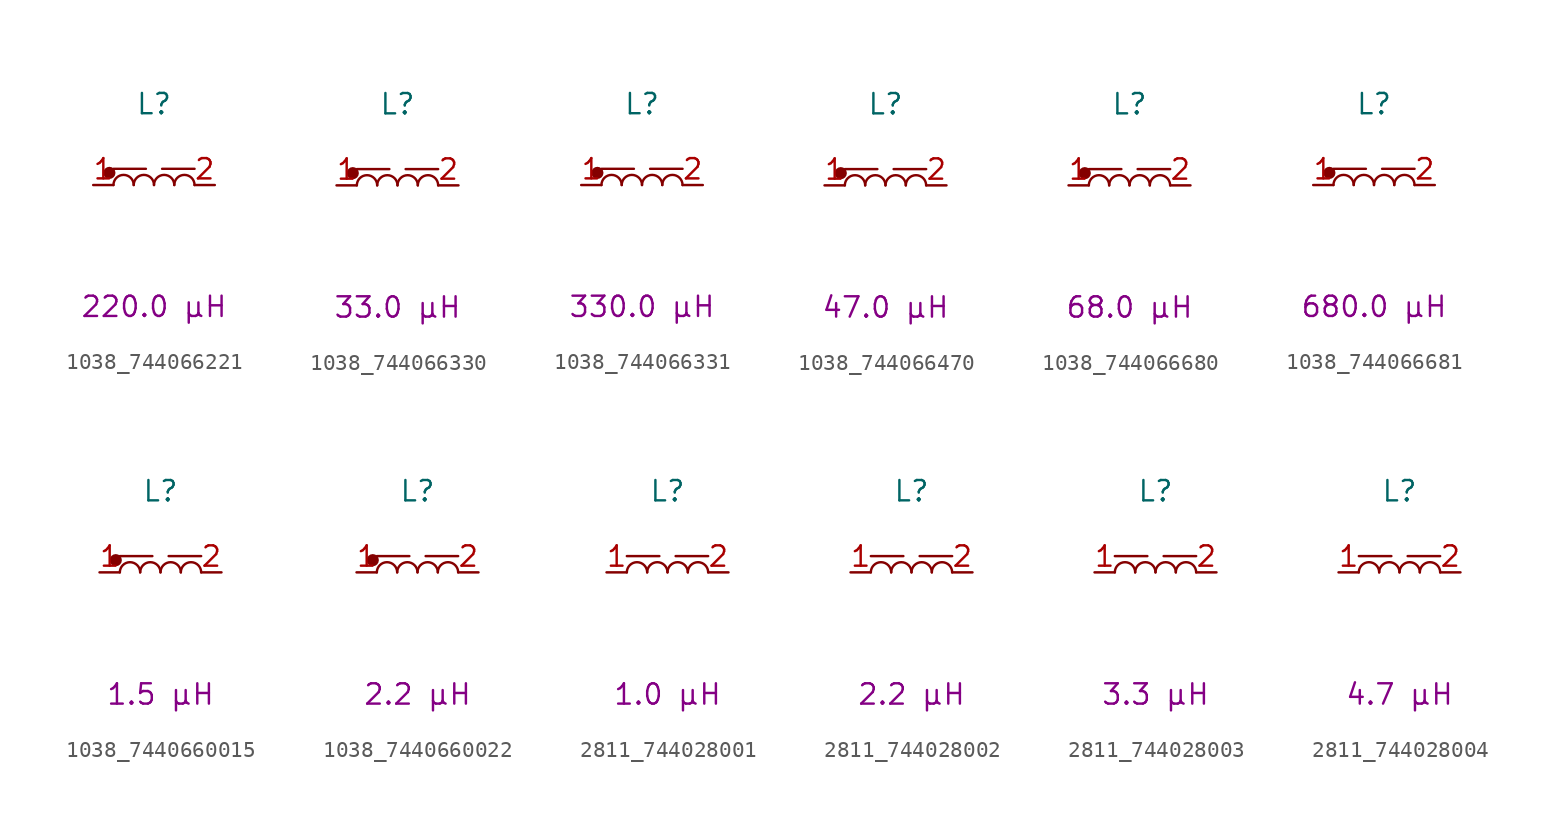
<source format=kicad_sym>
(kicad_symbol_lib
  (version 20220914)
  (generator kicad_symbol_editor)
  (symbol "1038_744066221"
    (pin_names hide)
    (property "Reference" "L"
      (at 0 5.08 0)
      (effects (font (size 1.27 1.27))))
    (property "Critical Parameter" "220.0 µH"
      (at 0 -7.62 0)
      (effects (font (size 1.27 1.27))))
    (symbol "1038_744066221_0_1"
      (arc (start -1.27 0) (mid -1.905 0.6323) (end -2.54 0) (stroke (width 0) (type default)) (fill (type none)))
      (arc (start 0 0) (mid -0.635 0.6323) (end -1.27 0) (stroke (width 0) (type default)) (fill (type none)))
      (polyline (pts (xy -2.54 1.016) (xy -0.508 1.016)) (stroke (width 0) (type default)) (fill (type none)))
      (arc (start 1.27 0) (mid 0.635 0.6323) (end 0 0) (stroke (width 0) (type default)) (fill (type none)))
      (arc (start 2.54 0) (mid 1.905 0.6323) (end 1.27 0) (stroke (width 0) (type default)) (fill (type none))))
    (symbol "1038_744066221_1_1"
      (circle (center -2.794 0.762) (radius 0.0001) (stroke (width 0.381) (type default)) (fill (type none)))
      (polyline (pts (xy 2.54 1.016) (xy 0.508 1.016)) (stroke (width 0) (type default)) (fill (type none)))
      (pin passive line (at -3.81 0 0) (length 1.27) (name "1" (effects (font (size 1.27 1.27)))) (number "1" (effects (font (size 1.27 1.27)))))
      (pin passive line (at 3.81 0 180) (length 1.27) (name "2" (effects (font (size 1.27 1.27)))) (number "2" (effects (font (size 1.27 1.27)))))))
  (symbol "1038_744066330"
    (pin_names hide)
    (property "Reference" "L"
      (at 0 5.08 0)
      (effects (font (size 1.27 1.27))))
    (property "Critical Parameter" "33.0 µH"
      (at 0 -7.62 0)
      (effects (font (size 1.27 1.27))))
    (symbol "1038_744066330_0_1"
      (arc (start -1.27 0) (mid -1.905 0.6323) (end -2.54 0) (stroke (width 0) (type default)) (fill (type none)))
      (arc (start 0 0) (mid -0.635 0.6323) (end -1.27 0) (stroke (width 0) (type default)) (fill (type none)))
      (polyline (pts (xy -2.54 1.016) (xy -0.508 1.016)) (stroke (width 0) (type default)) (fill (type none)))
      (arc (start 1.27 0) (mid 0.635 0.6323) (end 0 0) (stroke (width 0) (type default)) (fill (type none)))
      (arc (start 2.54 0) (mid 1.905 0.6323) (end 1.27 0) (stroke (width 0) (type default)) (fill (type none))))
    (symbol "1038_744066330_1_1"
      (circle (center -2.794 0.762) (radius 0.0001) (stroke (width 0.381) (type default)) (fill (type none)))
      (polyline (pts (xy 2.54 1.016) (xy 0.508 1.016)) (stroke (width 0) (type default)) (fill (type none)))
      (pin passive line (at -3.81 0 0) (length 1.27) (name "1" (effects (font (size 1.27 1.27)))) (number "1" (effects (font (size 1.27 1.27)))))
      (pin passive line (at 3.81 0 180) (length 1.27) (name "2" (effects (font (size 1.27 1.27)))) (number "2" (effects (font (size 1.27 1.27)))))))
  (symbol "1038_744066331"
    (pin_names hide)
    (property "Reference" "L"
      (at 0 5.08 0)
      (effects (font (size 1.27 1.27))))
    (property "Critical Parameter" "330.0 µH"
      (at 0 -7.62 0)
      (effects (font (size 1.27 1.27))))
    (symbol "1038_744066331_0_1"
      (arc (start -1.27 0) (mid -1.905 0.6323) (end -2.54 0) (stroke (width 0) (type default)) (fill (type none)))
      (arc (start 0 0) (mid -0.635 0.6323) (end -1.27 0) (stroke (width 0) (type default)) (fill (type none)))
      (polyline (pts (xy -2.54 1.016) (xy -0.508 1.016)) (stroke (width 0) (type default)) (fill (type none)))
      (arc (start 1.27 0) (mid 0.635 0.6323) (end 0 0) (stroke (width 0) (type default)) (fill (type none)))
      (arc (start 2.54 0) (mid 1.905 0.6323) (end 1.27 0) (stroke (width 0) (type default)) (fill (type none))))
    (symbol "1038_744066331_1_1"
      (circle (center -2.794 0.762) (radius 0.0001) (stroke (width 0.381) (type default)) (fill (type none)))
      (polyline (pts (xy 2.54 1.016) (xy 0.508 1.016)) (stroke (width 0) (type default)) (fill (type none)))
      (pin passive line (at -3.81 0 0) (length 1.27) (name "1" (effects (font (size 1.27 1.27)))) (number "1" (effects (font (size 1.27 1.27)))))
      (pin passive line (at 3.81 0 180) (length 1.27) (name "2" (effects (font (size 1.27 1.27)))) (number "2" (effects (font (size 1.27 1.27)))))))
  (symbol "1038_744066470"
    (pin_names hide)
    (property "Reference" "L"
      (at 0 5.08 0)
      (effects (font (size 1.27 1.27))))
    (property "Critical Parameter" "47.0 µH"
      (at 0 -7.62 0)
      (effects (font (size 1.27 1.27))))
    (symbol "1038_744066470_0_1"
      (arc (start -1.27 0) (mid -1.905 0.6323) (end -2.54 0) (stroke (width 0) (type default)) (fill (type none)))
      (arc (start 0 0) (mid -0.635 0.6323) (end -1.27 0) (stroke (width 0) (type default)) (fill (type none)))
      (polyline (pts (xy -2.54 1.016) (xy -0.508 1.016)) (stroke (width 0) (type default)) (fill (type none)))
      (arc (start 1.27 0) (mid 0.635 0.6323) (end 0 0) (stroke (width 0) (type default)) (fill (type none)))
      (arc (start 2.54 0) (mid 1.905 0.6323) (end 1.27 0) (stroke (width 0) (type default)) (fill (type none))))
    (symbol "1038_744066470_1_1"
      (circle (center -2.794 0.762) (radius 0.0001) (stroke (width 0.381) (type default)) (fill (type none)))
      (polyline (pts (xy 2.54 1.016) (xy 0.508 1.016)) (stroke (width 0) (type default)) (fill (type none)))
      (pin passive line (at -3.81 0 0) (length 1.27) (name "1" (effects (font (size 1.27 1.27)))) (number "1" (effects (font (size 1.27 1.27)))))
      (pin passive line (at 3.81 0 180) (length 1.27) (name "2" (effects (font (size 1.27 1.27)))) (number "2" (effects (font (size 1.27 1.27)))))))
  (symbol "1038_744066680"
    (pin_names hide)
    (property "Reference" "L"
      (at 0 5.08 0)
      (effects (font (size 1.27 1.27))))
    (property "Critical Parameter" "68.0 µH"
      (at 0 -7.62 0)
      (effects (font (size 1.27 1.27))))
    (symbol "1038_744066680_0_1"
      (arc (start -1.27 0) (mid -1.905 0.6323) (end -2.54 0) (stroke (width 0) (type default)) (fill (type none)))
      (arc (start 0 0) (mid -0.635 0.6323) (end -1.27 0) (stroke (width 0) (type default)) (fill (type none)))
      (polyline (pts (xy -2.54 1.016) (xy -0.508 1.016)) (stroke (width 0) (type default)) (fill (type none)))
      (arc (start 1.27 0) (mid 0.635 0.6323) (end 0 0) (stroke (width 0) (type default)) (fill (type none)))
      (arc (start 2.54 0) (mid 1.905 0.6323) (end 1.27 0) (stroke (width 0) (type default)) (fill (type none))))
    (symbol "1038_744066680_1_1"
      (circle (center -2.794 0.762) (radius 0.0001) (stroke (width 0.381) (type default)) (fill (type none)))
      (polyline (pts (xy 2.54 1.016) (xy 0.508 1.016)) (stroke (width 0) (type default)) (fill (type none)))
      (pin passive line (at -3.81 0 0) (length 1.27) (name "1" (effects (font (size 1.27 1.27)))) (number "1" (effects (font (size 1.27 1.27)))))
      (pin passive line (at 3.81 0 180) (length 1.27) (name "2" (effects (font (size 1.27 1.27)))) (number "2" (effects (font (size 1.27 1.27)))))))
  (symbol "1038_744066681"
    (pin_names hide)
    (property "Reference" "L"
      (at 0 5.08 0)
      (effects (font (size 1.27 1.27))))
    (property "Critical Parameter" "680.0 µH"
      (at 0 -7.62 0)
      (effects (font (size 1.27 1.27))))
    (symbol "1038_744066681_0_1"
      (arc (start -1.27 0) (mid -1.905 0.6323) (end -2.54 0) (stroke (width 0) (type default)) (fill (type none)))
      (arc (start 0 0) (mid -0.635 0.6323) (end -1.27 0) (stroke (width 0) (type default)) (fill (type none)))
      (polyline (pts (xy -2.54 1.016) (xy -0.508 1.016)) (stroke (width 0) (type default)) (fill (type none)))
      (arc (start 1.27 0) (mid 0.635 0.6323) (end 0 0) (stroke (width 0) (type default)) (fill (type none)))
      (arc (start 2.54 0) (mid 1.905 0.6323) (end 1.27 0) (stroke (width 0) (type default)) (fill (type none))))
    (symbol "1038_744066681_1_1"
      (circle (center -2.794 0.762) (radius 0.0001) (stroke (width 0.381) (type default)) (fill (type none)))
      (polyline (pts (xy 2.54 1.016) (xy 0.508 1.016)) (stroke (width 0) (type default)) (fill (type none)))
      (pin passive line (at -3.81 0 0) (length 1.27) (name "1" (effects (font (size 1.27 1.27)))) (number "1" (effects (font (size 1.27 1.27)))))
      (pin passive line (at 3.81 0 180) (length 1.27) (name "2" (effects (font (size 1.27 1.27)))) (number "2" (effects (font (size 1.27 1.27)))))))
  (symbol "1038_7440660015"
    (pin_names hide)
    (property "Reference" "L"
      (at 0 5.08 0)
      (effects (font (size 1.27 1.27))))
    (property "Critical Parameter" "1.5 µH"
      (at 0 -7.62 0)
      (effects (font (size 1.27 1.27))))
    (symbol "1038_7440660015_0_1"
      (arc (start -1.27 0) (mid -1.905 0.6323) (end -2.54 0) (stroke (width 0) (type default)) (fill (type none)))
      (arc (start 0 0) (mid -0.635 0.6323) (end -1.27 0) (stroke (width 0) (type default)) (fill (type none)))
      (polyline (pts (xy -2.54 1.016) (xy -0.508 1.016)) (stroke (width 0) (type default)) (fill (type none)))
      (arc (start 1.27 0) (mid 0.635 0.6323) (end 0 0) (stroke (width 0) (type default)) (fill (type none)))
      (arc (start 2.54 0) (mid 1.905 0.6323) (end 1.27 0) (stroke (width 0) (type default)) (fill (type none))))
    (symbol "1038_7440660015_1_1"
      (circle (center -2.794 0.762) (radius 0.0001) (stroke (width 0.381) (type default)) (fill (type none)))
      (polyline (pts (xy 2.54 1.016) (xy 0.508 1.016)) (stroke (width 0) (type default)) (fill (type none)))
      (pin passive line (at -3.81 0 0) (length 1.27) (name "1" (effects (font (size 1.27 1.27)))) (number "1" (effects (font (size 1.27 1.27)))))
      (pin passive line (at 3.81 0 180) (length 1.27) (name "2" (effects (font (size 1.27 1.27)))) (number "2" (effects (font (size 1.27 1.27)))))))
  (symbol "1038_7440660022"
    (pin_names hide)
    (property "Reference" "L"
      (at 0 5.08 0)
      (effects (font (size 1.27 1.27))))
    (property "Critical Parameter" "2.2 µH"
      (at 0 -7.62 0)
      (effects (font (size 1.27 1.27))))
    (symbol "1038_7440660022_0_1"
      (arc (start -1.27 0) (mid -1.905 0.6323) (end -2.54 0) (stroke (width 0) (type default)) (fill (type none)))
      (arc (start 0 0) (mid -0.635 0.6323) (end -1.27 0) (stroke (width 0) (type default)) (fill (type none)))
      (polyline (pts (xy -2.54 1.016) (xy -0.508 1.016)) (stroke (width 0) (type default)) (fill (type none)))
      (arc (start 1.27 0) (mid 0.635 0.6323) (end 0 0) (stroke (width 0) (type default)) (fill (type none)))
      (arc (start 2.54 0) (mid 1.905 0.6323) (end 1.27 0) (stroke (width 0) (type default)) (fill (type none))))
    (symbol "1038_7440660022_1_1"
      (circle (center -2.794 0.762) (radius 0.0001) (stroke (width 0.381) (type default)) (fill (type none)))
      (polyline (pts (xy 2.54 1.016) (xy 0.508 1.016)) (stroke (width 0) (type default)) (fill (type none)))
      (pin passive line (at -3.81 0 0) (length 1.27) (name "1" (effects (font (size 1.27 1.27)))) (number "1" (effects (font (size 1.27 1.27)))))
      (pin passive line (at 3.81 0 180) (length 1.27) (name "2" (effects (font (size 1.27 1.27)))) (number "2" (effects (font (size 1.27 1.27)))))))
  (symbol "2811_744028001"
    (pin_names hide)
    (property "Reference" "L"
      (at 0 5.08 0)
      (effects (font (size 1.27 1.27))))
    (property "Critical Parameter" "1.0 µH"
      (at 0 -7.62 0)
      (effects (font (size 1.27 1.27))))
    (symbol "2811_744028001_0_1"
      (arc (start -1.27 0) (mid -1.905 0.6323) (end -2.54 0) (stroke (width 0) (type default)) (fill (type none)))
      (arc (start 0 0) (mid -0.635 0.6323) (end -1.27 0) (stroke (width 0) (type default)) (fill (type none)))
      (polyline (pts (xy -2.54 1.016) (xy -0.508 1.016)) (stroke (width 0) (type default)) (fill (type none)))
      (arc (start 1.27 0) (mid 0.635 0.6323) (end 0 0) (stroke (width 0) (type default)) (fill (type none)))
      (arc (start 2.54 0) (mid 1.905 0.6323) (end 1.27 0) (stroke (width 0) (type default)) (fill (type none))))
    (symbol "2811_744028001_1_1"
      (polyline (pts (xy 2.54 1.016) (xy 0.508 1.016)) (stroke (width 0) (type default)) (fill (type none)))
      (pin passive line (at -3.81 0 0) (length 1.27) (name "1" (effects (font (size 1.27 1.27)))) (number "1" (effects (font (size 1.27 1.27)))))
      (pin passive line (at 3.81 0 180) (length 1.27) (name "2" (effects (font (size 1.27 1.27)))) (number "2" (effects (font (size 1.27 1.27)))))))
  (symbol "2811_744028002"
    (pin_names hide)
    (property "Reference" "L"
      (at 0 5.08 0)
      (effects (font (size 1.27 1.27))))
    (property "Critical Parameter" "2.2 µH"
      (at 0 -7.62 0)
      (effects (font (size 1.27 1.27))))
    (symbol "2811_744028002_0_1"
      (arc (start -1.27 0) (mid -1.905 0.6323) (end -2.54 0) (stroke (width 0) (type default)) (fill (type none)))
      (arc (start 0 0) (mid -0.635 0.6323) (end -1.27 0) (stroke (width 0) (type default)) (fill (type none)))
      (polyline (pts (xy -2.54 1.016) (xy -0.508 1.016)) (stroke (width 0) (type default)) (fill (type none)))
      (arc (start 1.27 0) (mid 0.635 0.6323) (end 0 0) (stroke (width 0) (type default)) (fill (type none)))
      (arc (start 2.54 0) (mid 1.905 0.6323) (end 1.27 0) (stroke (width 0) (type default)) (fill (type none))))
    (symbol "2811_744028002_1_1"
      (polyline (pts (xy 2.54 1.016) (xy 0.508 1.016)) (stroke (width 0) (type default)) (fill (type none)))
      (pin passive line (at -3.81 0 0) (length 1.27) (name "1" (effects (font (size 1.27 1.27)))) (number "1" (effects (font (size 1.27 1.27)))))
      (pin passive line (at 3.81 0 180) (length 1.27) (name "2" (effects (font (size 1.27 1.27)))) (number "2" (effects (font (size 1.27 1.27)))))))
  (symbol "2811_744028003"
    (pin_names hide)
    (property "Reference" "L"
      (at 0 5.08 0)
      (effects (font (size 1.27 1.27))))
    (property "Critical Parameter" "3.3 µH"
      (at 0 -7.62 0)
      (effects (font (size 1.27 1.27))))
    (symbol "2811_744028003_0_1"
      (arc (start -1.27 0) (mid -1.905 0.6323) (end -2.54 0) (stroke (width 0) (type default)) (fill (type none)))
      (arc (start 0 0) (mid -0.635 0.6323) (end -1.27 0) (stroke (width 0) (type default)) (fill (type none)))
      (polyline (pts (xy -2.54 1.016) (xy -0.508 1.016)) (stroke (width 0) (type default)) (fill (type none)))
      (arc (start 1.27 0) (mid 0.635 0.6323) (end 0 0) (stroke (width 0) (type default)) (fill (type none)))
      (arc (start 2.54 0) (mid 1.905 0.6323) (end 1.27 0) (stroke (width 0) (type default)) (fill (type none))))
    (symbol "2811_744028003_1_1"
      (polyline (pts (xy 2.54 1.016) (xy 0.508 1.016)) (stroke (width 0) (type default)) (fill (type none)))
      (pin passive line (at -3.81 0 0) (length 1.27) (name "1" (effects (font (size 1.27 1.27)))) (number "1" (effects (font (size 1.27 1.27)))))
      (pin passive line (at 3.81 0 180) (length 1.27) (name "2" (effects (font (size 1.27 1.27)))) (number "2" (effects (font (size 1.27 1.27)))))))
  (symbol "2811_744028004"
    (pin_names hide)
    (property "Reference" "L"
      (at 0 5.08 0)
      (effects (font (size 1.27 1.27))))
    (property "Critical Parameter" "4.7 µH"
      (at 0 -7.62 0)
      (effects (font (size 1.27 1.27))))
    (symbol "2811_744028004_0_1"
      (arc (start -1.27 0) (mid -1.905 0.6323) (end -2.54 0) (stroke (width 0) (type default)) (fill (type none)))
      (arc (start 0 0) (mid -0.635 0.6323) (end -1.27 0) (stroke (width 0) (type default)) (fill (type none)))
      (polyline (pts (xy -2.54 1.016) (xy -0.508 1.016)) (stroke (width 0) (type default)) (fill (type none)))
      (arc (start 1.27 0) (mid 0.635 0.6323) (end 0 0) (stroke (width 0) (type default)) (fill (type none)))
      (arc (start 2.54 0) (mid 1.905 0.6323) (end 1.27 0) (stroke (width 0) (type default)) (fill (type none))))
    (symbol "2811_744028004_1_1"
      (polyline (pts (xy 2.54 1.016) (xy 0.508 1.016)) (stroke (width 0) (type default)) (fill (type none)))
      (pin passive line (at -3.81 0 0) (length 1.27) (name "1" (effects (font (size 1.27 1.27)))) (number "1" (effects (font (size 1.27 1.27)))))
      (pin passive line (at 3.81 0 180) (length 1.27) (name "2" (effects (font (size 1.27 1.27)))) (number "2" (effects (font (size 1.27 1.27))))))))
</source>
